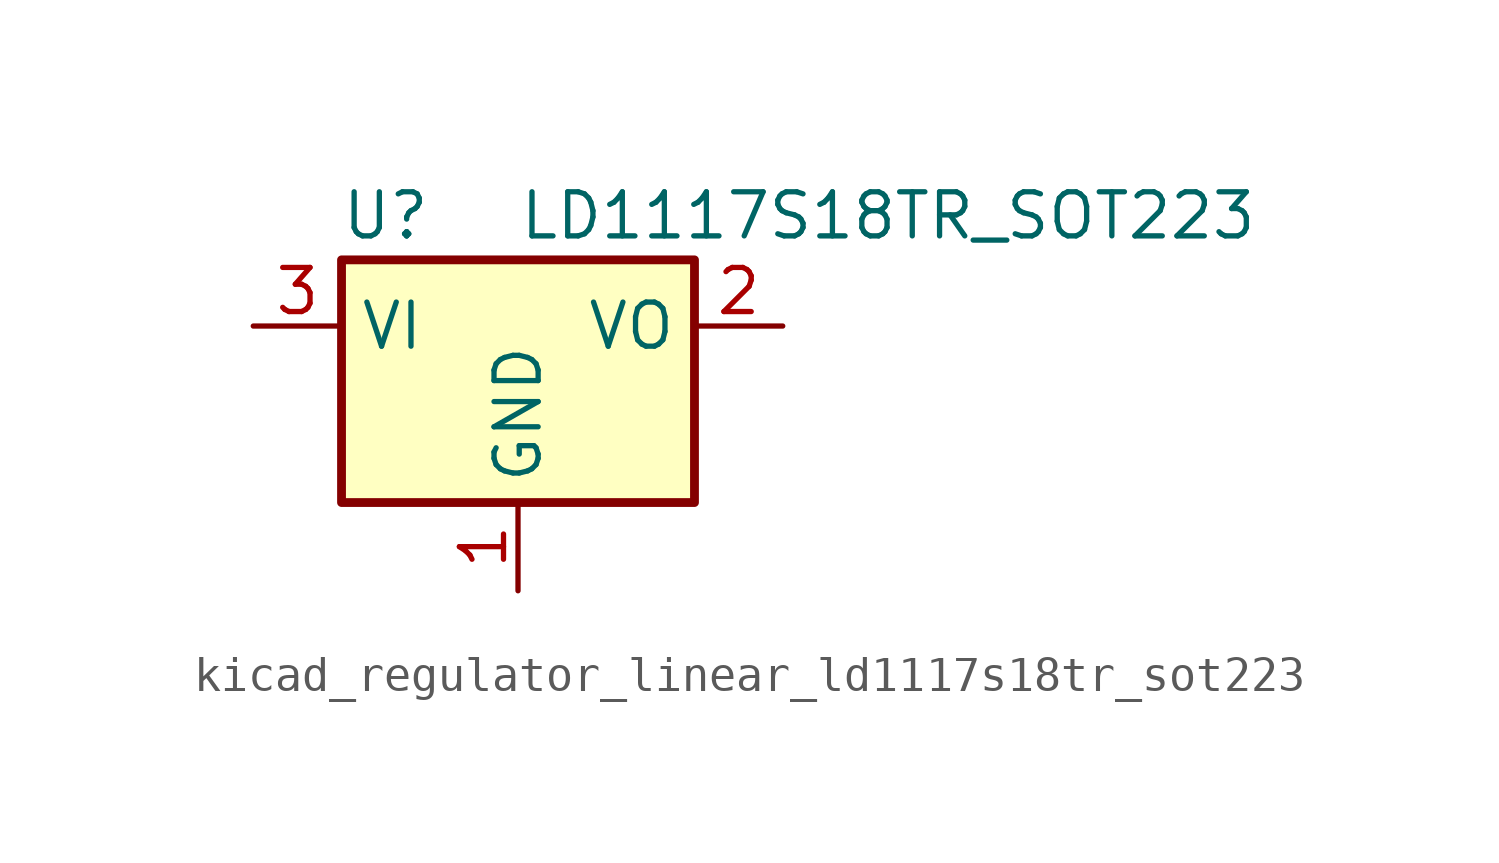
<source format=kicad_sym>
(kicad_symbol_lib
  (version 20220914)
  (generator kicad_symbol_editor)
  (symbol "kicad_regulator_linear_ld1117s18tr_sot223"
    (property "Reference" "U"
      (at -3.81 3.175 0)
      (effects (font (size 1.27 1.27))))
    (property "Value" "LD1117S18TR_SOT223"
      (at 0 3.175 0)
      (effects (font (size 1.27 1.27)) (justify left)))
    (symbol "kicad_regulator_linear_ld1117s18tr_sot223_0_1"
      (rectangle (start -5.08 -5.08) (end 5.08 1.905) (stroke (width 0.254) (type default)) (fill (type background))))
    (symbol "kicad_regulator_linear_ld1117s18tr_sot223_1_1"
      (pin power_in line (at 0 -7.62 90) (length 2.54) (name "GND" (effects (font (size 1.27 1.27)))) (number "1" (effects (font (size 1.27 1.27)))))
      (pin power_out line (at 7.62 0 180) (length 2.54) (name "VO" (effects (font (size 1.27 1.27)))) (number "2" (effects (font (size 1.27 1.27)))))
      (pin power_in line (at -7.62 0 0) (length 2.54) (name "VI" (effects (font (size 1.27 1.27)))) (number "3" (effects (font (size 1.27 1.27))))))))
</source>
